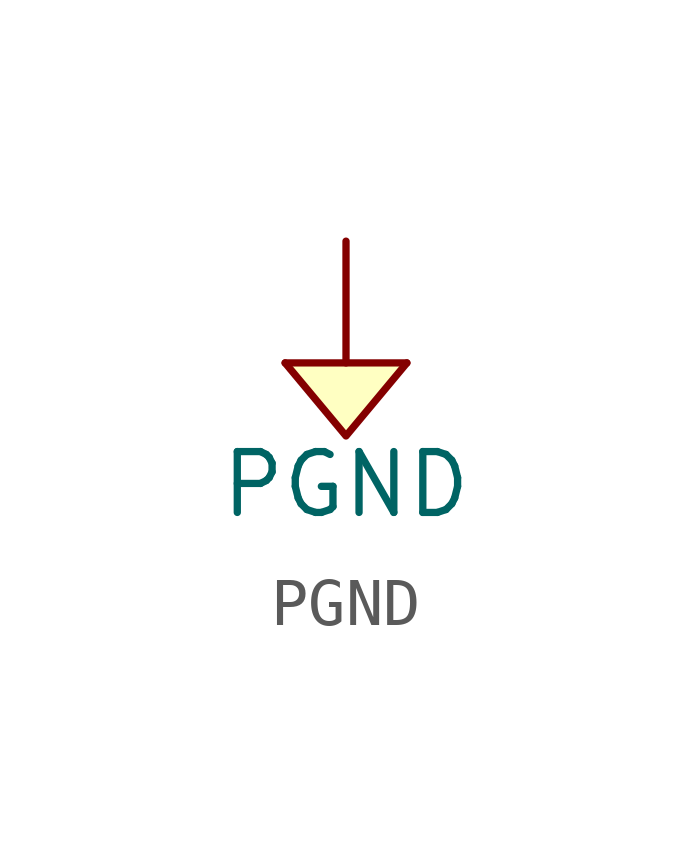
<source format=kicad_sym>
(kicad_symbol_lib
  (version 20231120)
  (generator "kicad_symbol_editor")
  (generator_version "8.0")
  (symbol "PGND"
    (power)
    (pin_numbers hide)
    (pin_names
      (offset 0) hide)
    (property "Reference" "#PWR"
      (at 0 -4.318 0)
      (effects (font (size 1.27 1.27)) (hide yes)))
    (property "Value" "PGND"
      (at 0 -2.54 0)
      (effects (font (size 1.27 1.27))))
    (property "Footprint" ""
      (at 0 2.54 0)
      (effects (font (size 1.524 1.524))))
    (property "Datasheet" ""
      (at -0.508 -2.286 0)
      (effects (font (size 1.524 1.524))))
    (symbol "PGND_0_1"
      (polyline (pts (xy 0 0) (xy 1.27 0)) (stroke (width 0) (type default)) (fill (type none)))
      (polyline (pts (xy -1.27 0) (xy 0 -1.524) (xy 1.27 0)) (stroke (width 0) (type default)) (fill (type background)))
      (polyline (pts (xy 0 2.54) (xy 0 0) (xy -1.27 0)) (stroke (width 0) (type default)) (fill (type none))))
    (symbol "PGND_1_1"
      (pin power_in line (at 0 2.54 90) (length 0) hide (name "PGND" (effects (font (size 1.27 1.27)))) (number "1" (effects (font (size 1.27 1.27))))))))
</source>
